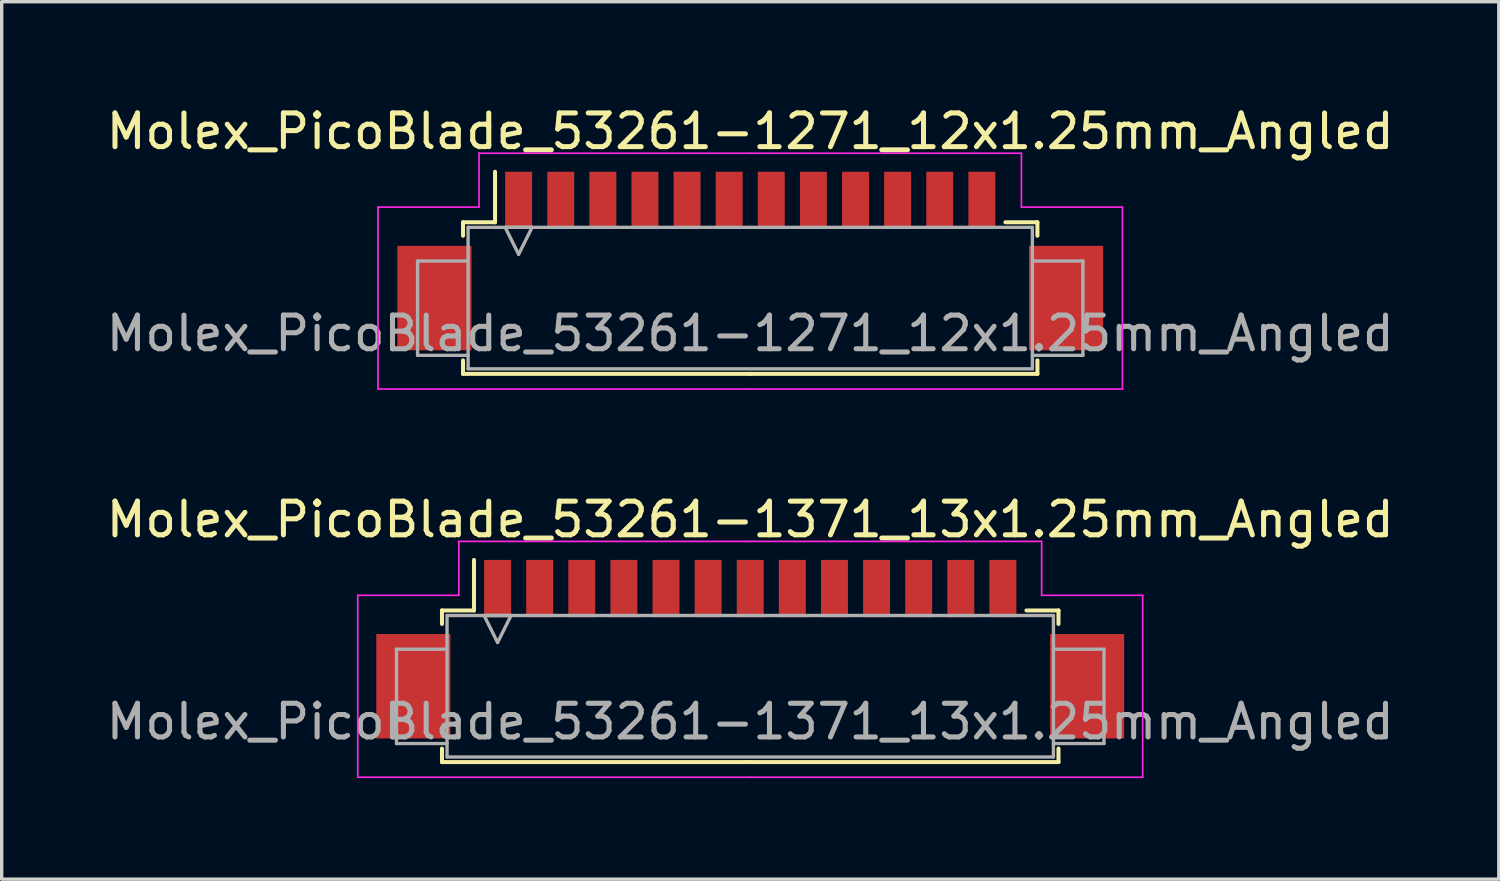
<source format=kicad_pcb>
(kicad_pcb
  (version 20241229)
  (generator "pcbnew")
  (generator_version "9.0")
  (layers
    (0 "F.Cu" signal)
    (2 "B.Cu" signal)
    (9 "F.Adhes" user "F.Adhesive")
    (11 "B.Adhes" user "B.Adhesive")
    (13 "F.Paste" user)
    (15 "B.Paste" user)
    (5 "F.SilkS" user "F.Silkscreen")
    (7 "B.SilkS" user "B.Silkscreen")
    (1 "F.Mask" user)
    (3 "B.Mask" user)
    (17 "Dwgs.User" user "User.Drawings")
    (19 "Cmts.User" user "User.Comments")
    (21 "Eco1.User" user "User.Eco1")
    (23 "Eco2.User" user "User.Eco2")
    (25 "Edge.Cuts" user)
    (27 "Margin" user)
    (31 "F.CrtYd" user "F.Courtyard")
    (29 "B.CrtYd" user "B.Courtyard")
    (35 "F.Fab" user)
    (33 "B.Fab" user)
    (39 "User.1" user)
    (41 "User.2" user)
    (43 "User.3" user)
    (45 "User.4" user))
  (footprint "Molex_PicoBlade_53261-1371_13x1.25mm_Angled"
    (layer "F.Cu")
    (at 19.22 15.871)
    (property "Reference" "Molex_PicoBlade_53261-1371_13x1.25mm_Angled" (at 0 -3.5 0) (layer "F.SilkS") (effects (font (size 1 1) (thickness 0.15))))
    (attr smd)
    (fp_line (start -9.15 -0.8) (end -9.15 -0.4) (stroke (width 0.12) (type solid)) (layer "F.SilkS"))
    (fp_line (start -9.15 3.3) (end -9.15 3.7) (stroke (width 0.12) (type solid)) (layer "F.SilkS"))
    (fp_line (start -9.15 3.7) (end 0 3.7) (stroke (width 0.12) (type solid)) (layer "F.SilkS"))
    (fp_line (start -8.2 -0.8) (end -9.15 -0.8) (stroke (width 0.12) (type solid)) (layer "F.SilkS"))
    (fp_line (start -8.2 -0.8) (end -8.2 -2.3) (stroke (width 0.12) (type solid)) (layer "F.SilkS"))
    (fp_line (start 8.2 -0.8) (end 9.15 -0.8) (stroke (width 0.12) (type solid)) (layer "F.SilkS"))
    (fp_line (start 9.15 -0.8) (end 9.15 -0.4) (stroke (width 0.12) (type solid)) (layer "F.SilkS"))
    (fp_line (start 9.15 3.3) (end 9.15 3.7) (stroke (width 0.12) (type solid)) (layer "F.SilkS"))
    (fp_line (start 9.15 3.7) (end 0 3.7) (stroke (width 0.12) (type solid)) (layer "F.SilkS"))
    (fp_line (start -11.65 -1.25) (end -11.65 4.15) (stroke (width 0.05) (type solid)) (layer "F.CrtYd"))
    (fp_line (start -11.65 4.15) (end 0 4.15) (stroke (width 0.05) (type solid)) (layer "F.CrtYd"))
    (fp_line (start -8.65 -2.85) (end -8.65 -1.25) (stroke (width 0.05) (type solid)) (layer "F.CrtYd"))
    (fp_line (start -8.65 -1.25) (end -11.65 -1.25) (stroke (width 0.05) (type solid)) (layer "F.CrtYd"))
    (fp_line (start 0 -2.85) (end -8.65 -2.85) (stroke (width 0.05) (type solid)) (layer "F.CrtYd"))
    (fp_line (start 0 -2.85) (end 8.65 -2.85) (stroke (width 0.05) (type solid)) (layer "F.CrtYd"))
    (fp_line (start 8.65 -2.85) (end 8.65 -1.25) (stroke (width 0.05) (type solid)) (layer "F.CrtYd"))
    (fp_line (start 8.65 -1.25) (end 11.65 -1.25) (stroke (width 0.05) (type solid)) (layer "F.CrtYd"))
    (fp_line (start 11.65 -1.25) (end 11.65 4.15) (stroke (width 0.05) (type solid)) (layer "F.CrtYd"))
    (fp_line (start 11.65 4.15) (end 0 4.15) (stroke (width 0.05) (type solid)) (layer "F.CrtYd"))
    (fp_line (start -10.5 0.35) (end -10.5 3.15) (stroke (width 0.1) (type solid)) (layer "F.Fab"))
    (fp_line (start -10.5 3.15) (end -9 3.15) (stroke (width 0.1) (type solid)) (layer "F.Fab"))
    (fp_line (start -9 -0.65) (end 9 -0.65) (stroke (width 0.1) (type solid)) (layer "F.Fab"))
    (fp_line (start -9 0.35) (end -10.5 0.35) (stroke (width 0.1) (type solid)) (layer "F.Fab"))
    (fp_line (start -9 3.55) (end -9 -0.65) (stroke (width 0.1) (type solid)) (layer "F.Fab"))
    (fp_line (start -7.9 -0.65) (end -7.5 0.15) (stroke (width 0.1) (type solid)) (layer "F.Fab"))
    (fp_line (start -7.5 0.15) (end -7.1 -0.65) (stroke (width 0.1) (type solid)) (layer "F.Fab"))
    (fp_line (start -7.1 -0.65) (end -7.9 -0.65) (stroke (width 0.1) (type solid)) (layer "F.Fab"))
    (fp_line (start 9 -0.65) (end 9 3.55) (stroke (width 0.1) (type solid)) (layer "F.Fab"))
    (fp_line (start 9 0.35) (end 10.5 0.35) (stroke (width 0.1) (type solid)) (layer "F.Fab"))
    (fp_line (start 9 3.55) (end -9 3.55) (stroke (width 0.1) (type solid)) (layer "F.Fab"))
    (fp_line (start 10.5 0.35) (end 10.5 3.15) (stroke (width 0.1) (type solid)) (layer "F.Fab"))
    (fp_line (start 10.5 3.15) (end 9 3.15) (stroke (width 0.1) (type solid)) (layer "F.Fab"))
    (fp_text user "${REFERENCE}" (at 0 2.5 0) (layer "F.Fab") (effects (font (size 1 1) (thickness 0.15))))
    (pad "" smd rect (at -10 1.45) (size 2.2 3.1) (layers "F.Cu" "F.Mask" "F.Paste"))
    (pad "" smd rect (at 10 1.45) (size 2.2 3.1) (layers "F.Cu" "F.Mask" "F.Paste"))
    (pad "1" smd rect (at -7.5 -1.45) (size 0.8 1.7) (layers "F.Cu" "F.Mask" "F.Paste"))
    (pad "2" smd rect (at -6.25 -1.45) (size 0.8 1.7) (layers "F.Cu" "F.Mask" "F.Paste"))
    (pad "3" smd rect (at -5 -1.45) (size 0.8 1.7) (layers "F.Cu" "F.Mask" "F.Paste"))
    (pad "4" smd rect (at -3.75 -1.45) (size 0.8 1.7) (layers "F.Cu" "F.Mask" "F.Paste"))
    (pad "5" smd rect (at -2.5 -1.45) (size 0.8 1.7) (layers "F.Cu" "F.Mask" "F.Paste"))
    (pad "6" smd rect (at -1.25 -1.45) (size 0.8 1.7) (layers "F.Cu" "F.Mask" "F.Paste"))
    (pad "7" smd rect (at 0 -1.45) (size 0.8 1.7) (layers "F.Cu" "F.Mask" "F.Paste"))
    (pad "8" smd rect (at 1.25 -1.45) (size 0.8 1.7) (layers "F.Cu" "F.Mask" "F.Paste"))
    (pad "9" smd rect (at 2.5 -1.45) (size 0.8 1.7) (layers "F.Cu" "F.Mask" "F.Paste"))
    (pad "10" smd rect (at 3.75 -1.45) (size 0.8 1.7) (layers "F.Cu" "F.Mask" "F.Paste"))
    (pad "11" smd rect (at 5 -1.45) (size 0.8 1.7) (layers "F.Cu" "F.Mask" "F.Paste"))
    (pad "12" smd rect (at 6.25 -1.45) (size 0.8 1.7) (layers "F.Cu" "F.Mask" "F.Paste"))
    (pad "13" smd rect (at 7.5 -1.45) (size 0.8 1.7) (layers "F.Cu" "F.Mask" "F.Paste")))
  (footprint "Molex_PicoBlade_53261-1271_12x1.25mm_Angled"
    (layer "F.Cu")
    (at 19.22 4.348)
    (property "Reference" "Molex_PicoBlade_53261-1271_12x1.25mm_Angled" (at 0 -3.5 0) (layer "F.SilkS") (effects (font (size 1 1) (thickness 0.15))))
    (attr smd)
    (fp_line (start -8.525 -0.8) (end -8.525 -0.4) (stroke (width 0.12) (type solid)) (layer "F.SilkS"))
    (fp_line (start -8.525 3.3) (end -8.525 3.7) (stroke (width 0.12) (type solid)) (layer "F.SilkS"))
    (fp_line (start -8.525 3.7) (end 0 3.7) (stroke (width 0.12) (type solid)) (layer "F.SilkS"))
    (fp_line (start -7.575 -0.8) (end -8.525 -0.8) (stroke (width 0.12) (type solid)) (layer "F.SilkS"))
    (fp_line (start -7.575 -0.8) (end -7.575 -2.3) (stroke (width 0.12) (type solid)) (layer "F.SilkS"))
    (fp_line (start 7.575 -0.8) (end 8.525 -0.8) (stroke (width 0.12) (type solid)) (layer "F.SilkS"))
    (fp_line (start 8.525 -0.8) (end 8.525 -0.4) (stroke (width 0.12) (type solid)) (layer "F.SilkS"))
    (fp_line (start 8.525 3.3) (end 8.525 3.7) (stroke (width 0.12) (type solid)) (layer "F.SilkS"))
    (fp_line (start 8.525 3.7) (end 0 3.7) (stroke (width 0.12) (type solid)) (layer "F.SilkS"))
    (fp_line (start -11.05 -1.25) (end -11.05 4.15) (stroke (width 0.05) (type solid)) (layer "F.CrtYd"))
    (fp_line (start -11.05 4.15) (end 0 4.15) (stroke (width 0.05) (type solid)) (layer "F.CrtYd"))
    (fp_line (start -8.05 -2.85) (end -8.05 -1.25) (stroke (width 0.05) (type solid)) (layer "F.CrtYd"))
    (fp_line (start -8.05 -1.25) (end -11.05 -1.25) (stroke (width 0.05) (type solid)) (layer "F.CrtYd"))
    (fp_line (start 0 -2.85) (end -8.05 -2.85) (stroke (width 0.05) (type solid)) (layer "F.CrtYd"))
    (fp_line (start 0 -2.85) (end 8.05 -2.85) (stroke (width 0.05) (type solid)) (layer "F.CrtYd"))
    (fp_line (start 8.05 -2.85) (end 8.05 -1.25) (stroke (width 0.05) (type solid)) (layer "F.CrtYd"))
    (fp_line (start 8.05 -1.25) (end 11.05 -1.25) (stroke (width 0.05) (type solid)) (layer "F.CrtYd"))
    (fp_line (start 11.05 -1.25) (end 11.05 4.15) (stroke (width 0.05) (type solid)) (layer "F.CrtYd"))
    (fp_line (start 11.05 4.15) (end 0 4.15) (stroke (width 0.05) (type solid)) (layer "F.CrtYd"))
    (fp_line (start -9.875 0.35) (end -9.875 3.15) (stroke (width 0.1) (type solid)) (layer "F.Fab"))
    (fp_line (start -9.875 3.15) (end -8.375 3.15) (stroke (width 0.1) (type solid)) (layer "F.Fab"))
    (fp_line (start -8.375 -0.65) (end 8.375 -0.65) (stroke (width 0.1) (type solid)) (layer "F.Fab"))
    (fp_line (start -8.375 0.35) (end -9.875 0.35) (stroke (width 0.1) (type solid)) (layer "F.Fab"))
    (fp_line (start -8.375 3.55) (end -8.375 -0.65) (stroke (width 0.1) (type solid)) (layer "F.Fab"))
    (fp_line (start -7.275 -0.65) (end -6.875 0.15) (stroke (width 0.1) (type solid)) (layer "F.Fab"))
    (fp_line (start -6.875 0.15) (end -6.475 -0.65) (stroke (width 0.1) (type solid)) (layer "F.Fab"))
    (fp_line (start -6.475 -0.65) (end -7.275 -0.65) (stroke (width 0.1) (type solid)) (layer "F.Fab"))
    (fp_line (start 8.375 -0.65) (end 8.375 3.55) (stroke (width 0.1) (type solid)) (layer "F.Fab"))
    (fp_line (start 8.375 0.35) (end 9.875 0.35) (stroke (width 0.1) (type solid)) (layer "F.Fab"))
    (fp_line (start 8.375 3.55) (end -8.375 3.55) (stroke (width 0.1) (type solid)) (layer "F.Fab"))
    (fp_line (start 9.875 0.35) (end 9.875 3.15) (stroke (width 0.1) (type solid)) (layer "F.Fab"))
    (fp_line (start 9.875 3.15) (end 8.375 3.15) (stroke (width 0.1) (type solid)) (layer "F.Fab"))
    (fp_text user "${REFERENCE}" (at 0 2.5 0) (layer "F.Fab") (effects (font (size 1 1) (thickness 0.15))))
    (pad "" smd rect (at -9.375 1.45) (size 2.2 3.1) (layers "F.Cu" "F.Mask" "F.Paste"))
    (pad "" smd rect (at 9.375 1.45) (size 2.2 3.1) (layers "F.Cu" "F.Mask" "F.Paste"))
    (pad "1" smd rect (at -6.875 -1.45) (size 0.8 1.7) (layers "F.Cu" "F.Mask" "F.Paste"))
    (pad "2" smd rect (at -5.625 -1.45) (size 0.8 1.7) (layers "F.Cu" "F.Mask" "F.Paste"))
    (pad "3" smd rect (at -4.375 -1.45) (size 0.8 1.7) (layers "F.Cu" "F.Mask" "F.Paste"))
    (pad "4" smd rect (at -3.125 -1.45) (size 0.8 1.7) (layers "F.Cu" "F.Mask" "F.Paste"))
    (pad "5" smd rect (at -1.875 -1.45) (size 0.8 1.7) (layers "F.Cu" "F.Mask" "F.Paste"))
    (pad "6" smd rect (at -0.625 -1.45) (size 0.8 1.7) (layers "F.Cu" "F.Mask" "F.Paste"))
    (pad "7" smd rect (at 0.625 -1.45) (size 0.8 1.7) (layers "F.Cu" "F.Mask" "F.Paste"))
    (pad "8" smd rect (at 1.875 -1.45) (size 0.8 1.7) (layers "F.Cu" "F.Mask" "F.Paste"))
    (pad "9" smd rect (at 3.125 -1.45) (size 0.8 1.7) (layers "F.Cu" "F.Mask" "F.Paste"))
    (pad "10" smd rect (at 4.375 -1.45) (size 0.8 1.7) (layers "F.Cu" "F.Mask" "F.Paste"))
    (pad "11" smd rect (at 5.625 -1.45) (size 0.8 1.7) (layers "F.Cu" "F.Mask" "F.Paste"))
    (pad "12" smd rect (at 6.875 -1.45) (size 0.8 1.7) (layers "F.Cu" "F.Mask" "F.Paste")))
  (gr_rect
    (start -3 -3)
    (end 41.44 23.047)
    (stroke (width 0.1) (type default))
    (fill no)
    (layer "Edge.Cuts")))
</source>
